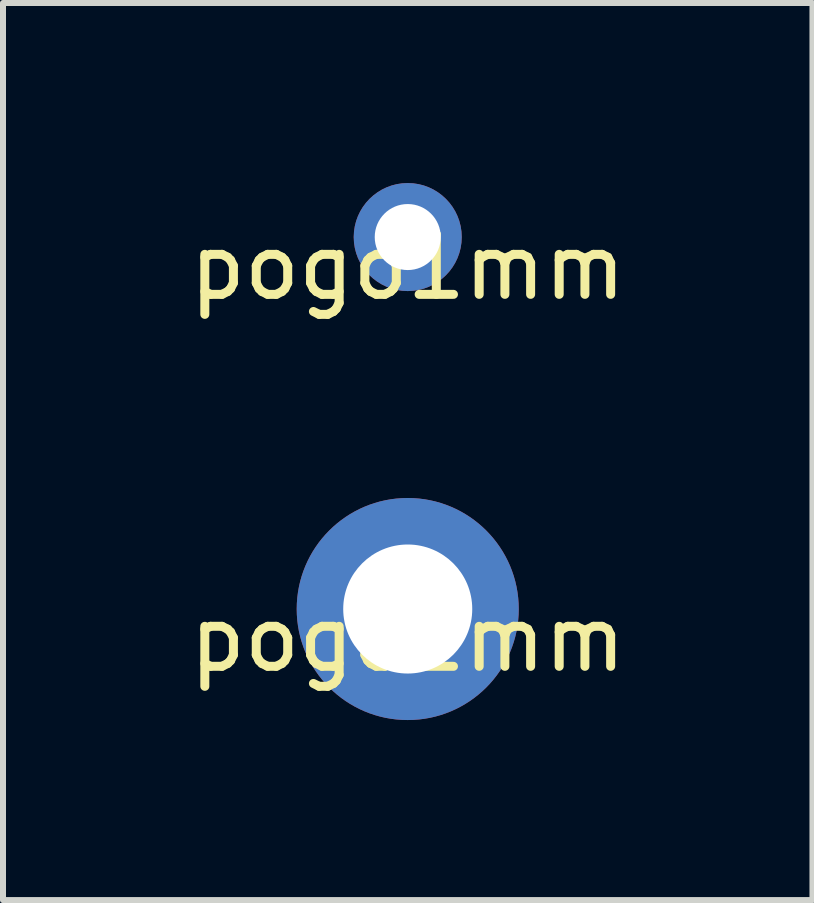
<source format=kicad_pcb>
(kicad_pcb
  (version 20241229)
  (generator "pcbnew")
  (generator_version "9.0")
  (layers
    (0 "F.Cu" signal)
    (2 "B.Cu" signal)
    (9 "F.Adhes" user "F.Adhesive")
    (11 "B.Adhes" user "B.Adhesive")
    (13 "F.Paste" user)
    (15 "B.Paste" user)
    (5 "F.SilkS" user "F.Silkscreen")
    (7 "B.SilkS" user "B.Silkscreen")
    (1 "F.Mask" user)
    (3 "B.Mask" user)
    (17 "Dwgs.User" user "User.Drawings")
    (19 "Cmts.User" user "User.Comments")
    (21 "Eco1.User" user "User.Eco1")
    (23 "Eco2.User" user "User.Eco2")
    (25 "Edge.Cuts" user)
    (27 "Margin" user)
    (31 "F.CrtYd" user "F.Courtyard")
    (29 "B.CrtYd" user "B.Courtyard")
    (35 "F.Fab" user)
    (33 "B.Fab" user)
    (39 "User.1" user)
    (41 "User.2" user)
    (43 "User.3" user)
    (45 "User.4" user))
  (footprint "pogo2mm"
    (layer "F.Cu")
    (at 3.744 7.098)
    (property "Reference" "pogo2mm" (at 0 0.5 0) (layer "F.SilkS") (effects (font (size 1 1) (thickness 0.15))))
    (attr through_hole)
    (pad "1" thru_hole circle (at 0 0) (size 3.7 3.7) (drill 2.15) (layers "*.Cu" "*.Mask")))
  (footprint "pogo1mm"
    (layer "F.Cu")
    (at 3.744 0.9)
    (property "Reference" "pogo1mm" (at 0 0.5 0) (layer "F.SilkS") (effects (font (size 1 1) (thickness 0.15))))
    (attr through_hole)
    (pad "1" thru_hole circle (at 0 0) (size 1.8 1.8) (drill 1.1) (layers "*.Cu" "*.Mask")))
  (gr_rect
    (start -3 -3)
    (end 10.488 11.948)
    (stroke (width 0.1) (type default))
    (fill no)
    (layer "Edge.Cuts")))
</source>
